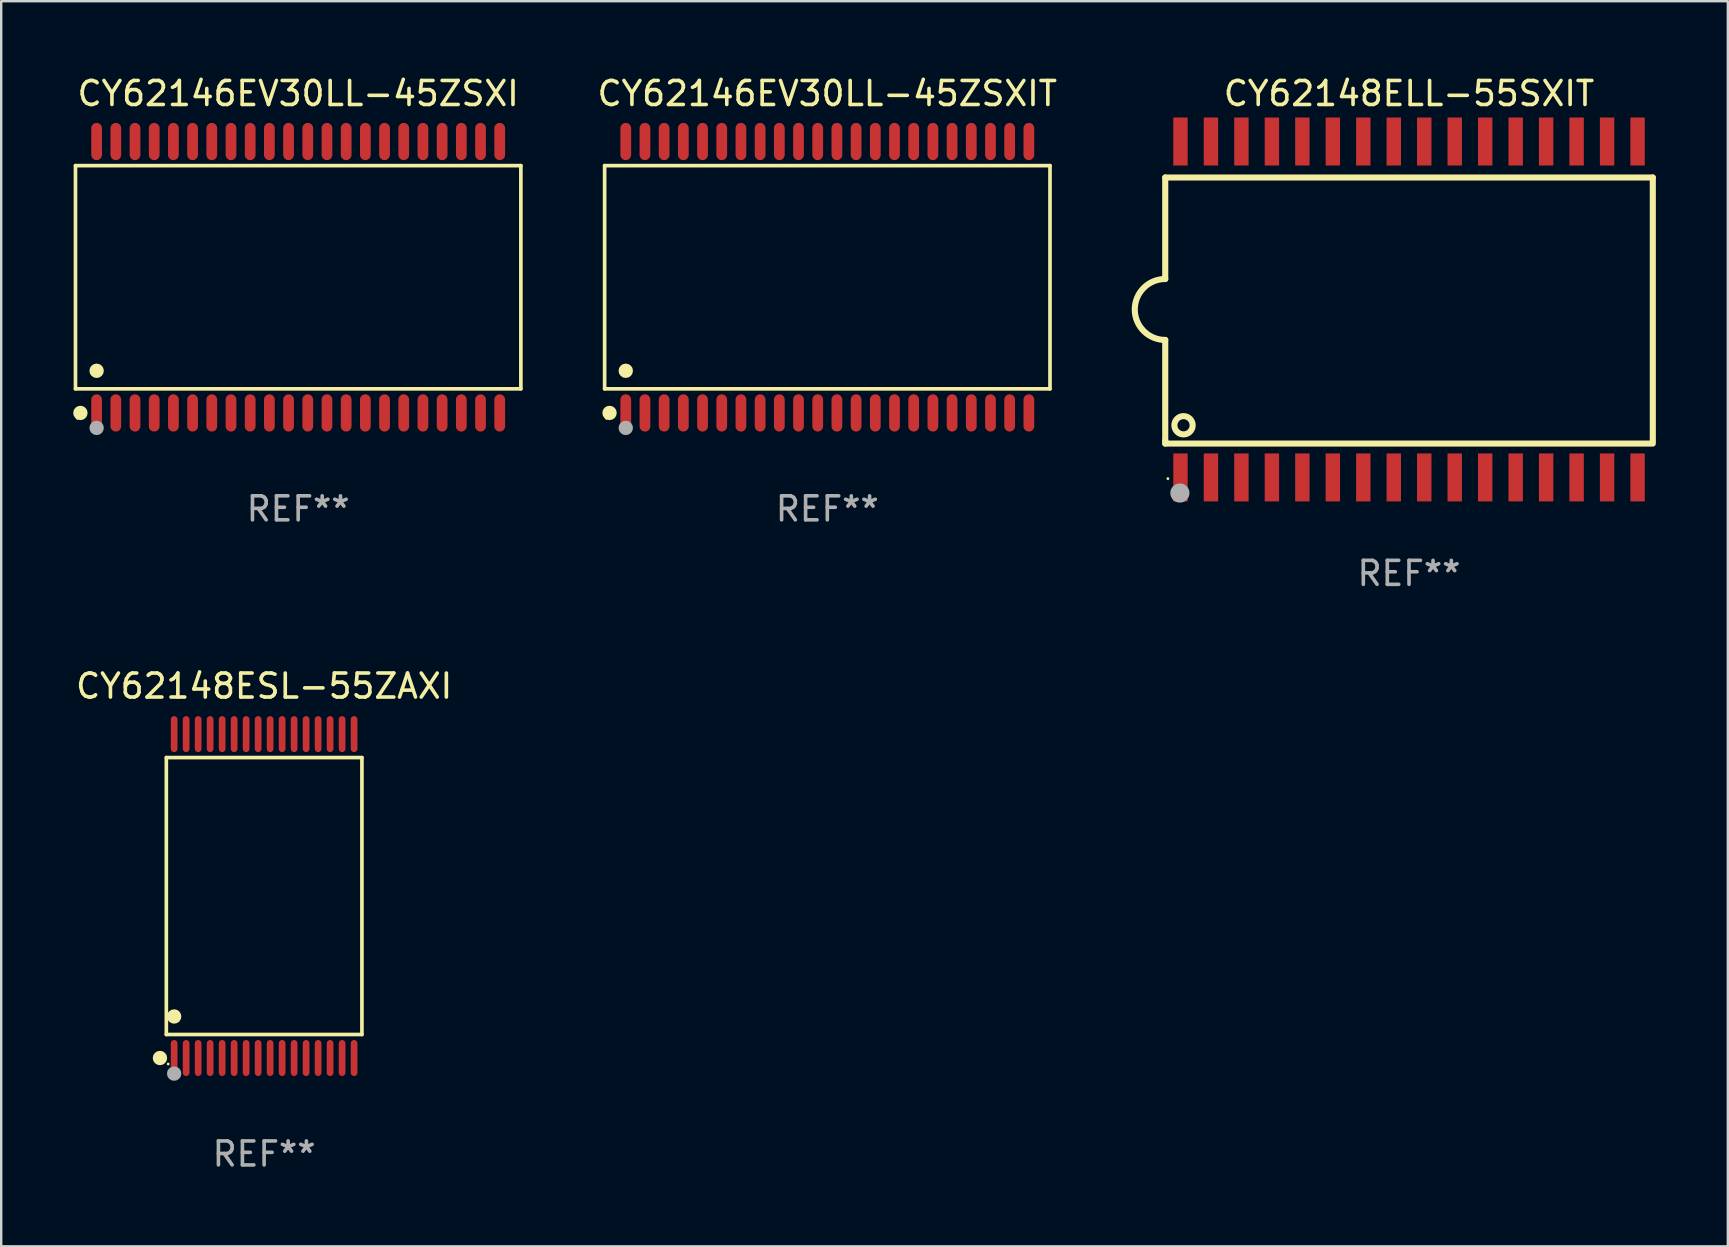
<source format=kicad_pcb>
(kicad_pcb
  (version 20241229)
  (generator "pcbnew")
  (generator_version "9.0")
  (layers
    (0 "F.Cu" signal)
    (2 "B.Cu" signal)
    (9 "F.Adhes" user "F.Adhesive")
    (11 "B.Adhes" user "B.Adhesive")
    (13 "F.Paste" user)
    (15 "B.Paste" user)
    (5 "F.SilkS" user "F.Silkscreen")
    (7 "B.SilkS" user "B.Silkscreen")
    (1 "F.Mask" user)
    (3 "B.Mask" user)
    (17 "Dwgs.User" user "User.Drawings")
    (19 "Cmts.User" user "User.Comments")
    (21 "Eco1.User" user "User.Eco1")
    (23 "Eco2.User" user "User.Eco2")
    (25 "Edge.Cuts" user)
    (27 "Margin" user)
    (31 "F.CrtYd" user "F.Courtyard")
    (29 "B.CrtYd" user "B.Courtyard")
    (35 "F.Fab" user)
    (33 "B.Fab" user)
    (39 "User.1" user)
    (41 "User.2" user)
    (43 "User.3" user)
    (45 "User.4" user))
  (footprint "CY62146EV30LL-45ZSXI"
    (layer "F.Cu")
    (at 9.377 8.504)
    (property "Reference" "CY62146EV30LL-45ZSXI" (at 0 -7.656 0) (layer "F.SilkS") (effects (font (size 1 1) (thickness 0.15))))
    (attr through_hole)
    (fp_line (start -9.281 -4.651) (end 9.281 -4.651) (stroke (width 0.152) (type solid)) (layer "F.SilkS"))
    (fp_line (start -9.281 4.651) (end -9.281 -4.651) (stroke (width 0.152) (type solid)) (layer "F.SilkS"))
    (fp_line (start 9.281 -4.651) (end 9.281 4.651) (stroke (width 0.152) (type solid)) (layer "F.SilkS"))
    (fp_line (start 9.281 4.651) (end -9.281 4.651) (stroke (width 0.152) (type solid)) (layer "F.SilkS"))
    (fp_circle (center -9.205 5.88) (end -9.175 5.88) (stroke (width 0.06) (type solid)) (fill no) (layer "F.SilkS"))
    (fp_circle (center -9.076 5.656) (end -8.926 5.656) (stroke (width 0.3) (type solid)) (fill no) (layer "F.SilkS"))
    (fp_circle (center -8.4 3.899) (end -8.25 3.899) (stroke (width 0.3) (type solid)) (fill no) (layer "F.SilkS"))
    (fp_circle (center -8.4 6.28) (end -8.25 6.28) (stroke (width 0.3) (type solid)) (fill no) (layer "F.Fab"))
    (fp_text user "REF**" (at 0 9.656 0) (layer "F.Fab") (effects (font (size 1 1) (thickness 0.15))))
    (pad "1" smd oval (at -8.4 5.656) (size 0.448 1.551) (layers "F.Cu" "F.Mask" "F.Paste"))
    (pad "2" smd oval (at -7.6 5.656) (size 0.448 1.551) (layers "F.Cu" "F.Mask" "F.Paste"))
    (pad "3" smd oval (at -6.8 5.656) (size 0.448 1.551) (layers "F.Cu" "F.Mask" "F.Paste"))
    (pad "4" smd oval (at -6 5.656) (size 0.448 1.551) (layers "F.Cu" "F.Mask" "F.Paste"))
    (pad "5" smd oval (at -5.2 5.656) (size 0.448 1.551) (layers "F.Cu" "F.Mask" "F.Paste"))
    (pad "6" smd oval (at -4.4 5.656) (size 0.448 1.551) (layers "F.Cu" "F.Mask" "F.Paste"))
    (pad "7" smd oval (at -3.6 5.656) (size 0.448 1.551) (layers "F.Cu" "F.Mask" "F.Paste"))
    (pad "8" smd oval (at -2.8 5.656) (size 0.448 1.551) (layers "F.Cu" "F.Mask" "F.Paste"))
    (pad "9" smd oval (at -2 5.656) (size 0.448 1.551) (layers "F.Cu" "F.Mask" "F.Paste"))
    (pad "10" smd oval (at -1.2 5.656) (size 0.448 1.551) (layers "F.Cu" "F.Mask" "F.Paste"))
    (pad "11" smd oval (at -0.4 5.656) (size 0.448 1.551) (layers "F.Cu" "F.Mask" "F.Paste"))
    (pad "12" smd oval (at 0.4 5.656) (size 0.448 1.551) (layers "F.Cu" "F.Mask" "F.Paste"))
    (pad "13" smd oval (at 1.2 5.656) (size 0.448 1.551) (layers "F.Cu" "F.Mask" "F.Paste"))
    (pad "14" smd oval (at 2 5.656) (size 0.448 1.551) (layers "F.Cu" "F.Mask" "F.Paste"))
    (pad "15" smd oval (at 2.8 5.656) (size 0.448 1.551) (layers "F.Cu" "F.Mask" "F.Paste"))
    (pad "16" smd oval (at 3.6 5.656) (size 0.448 1.551) (layers "F.Cu" "F.Mask" "F.Paste"))
    (pad "17" smd oval (at 4.4 5.656) (size 0.448 1.551) (layers "F.Cu" "F.Mask" "F.Paste"))
    (pad "18" smd oval (at 5.2 5.656) (size 0.448 1.551) (layers "F.Cu" "F.Mask" "F.Paste"))
    (pad "19" smd oval (at 6 5.656) (size 0.448 1.551) (layers "F.Cu" "F.Mask" "F.Paste"))
    (pad "20" smd oval (at 6.8 5.656) (size 0.448 1.551) (layers "F.Cu" "F.Mask" "F.Paste"))
    (pad "21" smd oval (at 7.6 5.656) (size 0.448 1.551) (layers "F.Cu" "F.Mask" "F.Paste"))
    (pad "22" smd oval (at 8.4 5.656) (size 0.448 1.551) (layers "F.Cu" "F.Mask" "F.Paste"))
    (pad "23" smd oval (at 8.4 -5.656) (size 0.448 1.551) (layers "F.Cu" "F.Mask" "F.Paste"))
    (pad "24" smd oval (at 7.6 -5.656) (size 0.448 1.551) (layers "F.Cu" "F.Mask" "F.Paste"))
    (pad "25" smd oval (at 6.8 -5.656) (size 0.448 1.551) (layers "F.Cu" "F.Mask" "F.Paste"))
    (pad "26" smd oval (at 6 -5.656) (size 0.448 1.551) (layers "F.Cu" "F.Mask" "F.Paste"))
    (pad "27" smd oval (at 5.2 -5.656) (size 0.448 1.551) (layers "F.Cu" "F.Mask" "F.Paste"))
    (pad "28" smd oval (at 4.4 -5.656) (size 0.448 1.551) (layers "F.Cu" "F.Mask" "F.Paste"))
    (pad "29" smd oval (at 3.6 -5.656) (size 0.448 1.551) (layers "F.Cu" "F.Mask" "F.Paste"))
    (pad "30" smd oval (at 2.8 -5.656) (size 0.448 1.551) (layers "F.Cu" "F.Mask" "F.Paste"))
    (pad "31" smd oval (at 2 -5.656) (size 0.448 1.551) (layers "F.Cu" "F.Mask" "F.Paste"))
    (pad "32" smd oval (at 1.2 -5.656) (size 0.448 1.551) (layers "F.Cu" "F.Mask" "F.Paste"))
    (pad "33" smd oval (at 0.4 -5.656) (size 0.448 1.551) (layers "F.Cu" "F.Mask" "F.Paste"))
    (pad "34" smd oval (at -0.4 -5.656) (size 0.448 1.551) (layers "F.Cu" "F.Mask" "F.Paste"))
    (pad "35" smd oval (at -1.2 -5.656) (size 0.448 1.551) (layers "F.Cu" "F.Mask" "F.Paste"))
    (pad "36" smd oval (at -2 -5.656) (size 0.448 1.551) (layers "F.Cu" "F.Mask" "F.Paste"))
    (pad "37" smd oval (at -2.8 -5.656) (size 0.448 1.551) (layers "F.Cu" "F.Mask" "F.Paste"))
    (pad "38" smd oval (at -3.6 -5.656) (size 0.448 1.551) (layers "F.Cu" "F.Mask" "F.Paste"))
    (pad "39" smd oval (at -4.4 -5.656) (size 0.448 1.551) (layers "F.Cu" "F.Mask" "F.Paste"))
    (pad "40" smd oval (at -5.2 -5.656) (size 0.448 1.551) (layers "F.Cu" "F.Mask" "F.Paste"))
    (pad "41" smd oval (at -6 -5.656) (size 0.448 1.551) (layers "F.Cu" "F.Mask" "F.Paste"))
    (pad "42" smd oval (at -6.8 -5.656) (size 0.448 1.551) (layers "F.Cu" "F.Mask" "F.Paste"))
    (pad "43" smd oval (at -7.6 -5.656) (size 0.448 1.551) (layers "F.Cu" "F.Mask" "F.Paste"))
    (pad "44" smd oval (at -8.4 -5.656) (size 0.448 1.551) (layers "F.Cu" "F.Mask" "F.Paste")))
  (footprint "CY62148ELL-55SXIT"
    (layer "F.Cu")
    (at 55.674 9.848)
    (property "Reference" "CY62148ELL-55SXIT" (at 0 -9 0) (layer "F.SilkS") (effects (font (size 1 1) (thickness 0.15))))
    (attr through_hole)
    (fp_line (start -10.16 -5.5) (end -10.16 -1.27) (stroke (width 0.254) (type solid)) (layer "F.SilkS"))
    (fp_line (start -10.16 1.27) (end -10.16 5.461) (stroke (width 0.254) (type solid)) (layer "F.SilkS"))
    (fp_line (start -10.16 5.461) (end -10.16 5.588) (stroke (width 0.254) (type solid)) (layer "F.SilkS"))
    (fp_line (start -10.16 5.588) (end 10.16 5.588) (stroke (width 0.254) (type solid)) (layer "F.SilkS"))
    (fp_line (start 10.16 -5.5) (end -10.16 -5.5) (stroke (width 0.254) (type solid)) (layer "F.SilkS"))
    (fp_line (start 10.16 -5.5) (end 10.16 5.5) (stroke (width 0.254) (type solid)) (layer "F.SilkS"))
    (fp_arc (start -10.16002 1.270003) (mid -11.42003 0) (end -10.16002 -1.270003) (stroke (width 0.254001) (type solid)) (layer "F.SilkS"))
    (fp_circle (center -10.05 7.05) (end -10.02 7.05) (stroke (width 0.06) (type solid)) (fill no) (layer "F.SilkS"))
    (fp_circle (center -9.398 4.826) (end -9.017 4.826) (stroke (width 0.254) (type solid)) (fill no) (layer "F.SilkS"))
    (fp_circle (center -9.55 7.65) (end -9.35 7.65) (stroke (width 0.4) (type solid)) (fill no) (layer "F.Fab"))
    (fp_text user "REF**" (at 0 11 0) (layer "F.Fab") (effects (font (size 1 1) (thickness 0.15))))
    (pad "1" smd rect (at -9.525 7) (size 0.6 2) (layers "F.Cu" "F.Mask" "F.Paste"))
    (pad "2" smd rect (at -8.255 7) (size 0.6 2) (layers "F.Cu" "F.Mask" "F.Paste"))
    (pad "3" smd rect (at -6.985 7) (size 0.6 2) (layers "F.Cu" "F.Mask" "F.Paste"))
    (pad "4" smd rect (at -5.715 7) (size 0.6 2) (layers "F.Cu" "F.Mask" "F.Paste"))
    (pad "5" smd rect (at -4.445 7) (size 0.6 2) (layers "F.Cu" "F.Mask" "F.Paste"))
    (pad "6" smd rect (at -3.175 7) (size 0.6 2) (layers "F.Cu" "F.Mask" "F.Paste"))
    (pad "7" smd rect (at -1.905 7) (size 0.6 2) (layers "F.Cu" "F.Mask" "F.Paste"))
    (pad "8" smd rect (at -0.635 7) (size 0.6 2) (layers "F.Cu" "F.Mask" "F.Paste"))
    (pad "9" smd rect (at 0.635 7) (size 0.6 2) (layers "F.Cu" "F.Mask" "F.Paste"))
    (pad "10" smd rect (at 1.905 7) (size 0.6 2) (layers "F.Cu" "F.Mask" "F.Paste"))
    (pad "11" smd rect (at 3.175 7) (size 0.6 2) (layers "F.Cu" "F.Mask" "F.Paste"))
    (pad "12" smd rect (at 4.445 7) (size 0.6 2) (layers "F.Cu" "F.Mask" "F.Paste"))
    (pad "13" smd rect (at 5.715 7) (size 0.6 2) (layers "F.Cu" "F.Mask" "F.Paste"))
    (pad "14" smd rect (at 6.985 7) (size 0.6 2) (layers "F.Cu" "F.Mask" "F.Paste"))
    (pad "15" smd rect (at 8.255 7) (size 0.6 2) (layers "F.Cu" "F.Mask" "F.Paste"))
    (pad "16" smd rect (at 9.525 7) (size 0.6 2) (layers "F.Cu" "F.Mask" "F.Paste"))
    (pad "17" smd rect (at 9.525 -7) (size 0.6 2) (layers "F.Cu" "F.Mask" "F.Paste"))
    (pad "18" smd rect (at 8.255 -7) (size 0.6 2) (layers "F.Cu" "F.Mask" "F.Paste"))
    (pad "19" smd rect (at 6.985 -7) (size 0.6 2) (layers "F.Cu" "F.Mask" "F.Paste"))
    (pad "20" smd rect (at 5.715 -7) (size 0.6 2) (layers "F.Cu" "F.Mask" "F.Paste"))
    (pad "21" smd rect (at 4.445 -7) (size 0.6 2) (layers "F.Cu" "F.Mask" "F.Paste"))
    (pad "22" smd rect (at 3.175 -7) (size 0.6 2) (layers "F.Cu" "F.Mask" "F.Paste"))
    (pad "23" smd rect (at 1.905 -7) (size 0.6 2) (layers "F.Cu" "F.Mask" "F.Paste"))
    (pad "24" smd rect (at 0.635 -7) (size 0.6 2) (layers "F.Cu" "F.Mask" "F.Paste"))
    (pad "25" smd rect (at -0.635 -7) (size 0.6 2) (layers "F.Cu" "F.Mask" "F.Paste"))
    (pad "26" smd rect (at -1.905 -7) (size 0.6 2) (layers "F.Cu" "F.Mask" "F.Paste"))
    (pad "27" smd rect (at -3.175 -7) (size 0.6 2) (layers "F.Cu" "F.Mask" "F.Paste"))
    (pad "28" smd rect (at -4.445 -7) (size 0.6 2) (layers "F.Cu" "F.Mask" "F.Paste"))
    (pad "29" smd rect (at -5.715 -7) (size 0.6 2) (layers "F.Cu" "F.Mask" "F.Paste"))
    (pad "30" smd rect (at -6.985 -7) (size 0.6 2) (layers "F.Cu" "F.Mask" "F.Paste"))
    (pad "31" smd rect (at -8.255 -7) (size 0.6 2) (layers "F.Cu" "F.Mask" "F.Paste"))
    (pad "32" smd rect (at -9.525 -7) (size 0.6 2) (layers "F.Cu" "F.Mask" "F.Paste")))
  (footprint "CY62146EV30LL-45ZSXIT"
    (layer "F.Cu")
    (at 31.43 8.504)
    (property "Reference" "CY62146EV30LL-45ZSXIT" (at 0 -7.656 0) (layer "F.SilkS") (effects (font (size 1 1) (thickness 0.15))))
    (attr through_hole)
    (fp_line (start -9.281 -4.651) (end 9.281 -4.651) (stroke (width 0.152) (type solid)) (layer "F.SilkS"))
    (fp_line (start -9.281 4.651) (end -9.281 -4.651) (stroke (width 0.152) (type solid)) (layer "F.SilkS"))
    (fp_line (start 9.281 -4.651) (end 9.281 4.651) (stroke (width 0.152) (type solid)) (layer "F.SilkS"))
    (fp_line (start 9.281 4.651) (end -9.281 4.651) (stroke (width 0.152) (type solid)) (layer "F.SilkS"))
    (fp_circle (center -9.205 5.88) (end -9.175 5.88) (stroke (width 0.06) (type solid)) (fill no) (layer "F.SilkS"))
    (fp_circle (center -9.076 5.656) (end -8.926 5.656) (stroke (width 0.3) (type solid)) (fill no) (layer "F.SilkS"))
    (fp_circle (center -8.4 3.899) (end -8.25 3.899) (stroke (width 0.3) (type solid)) (fill no) (layer "F.SilkS"))
    (fp_circle (center -8.4 6.28) (end -8.25 6.28) (stroke (width 0.3) (type solid)) (fill no) (layer "F.Fab"))
    (fp_text user "REF**" (at 0 9.656 0) (layer "F.Fab") (effects (font (size 1 1) (thickness 0.15))))
    (pad "1" smd oval (at -8.4 5.656) (size 0.448 1.551) (layers "F.Cu" "F.Mask" "F.Paste"))
    (pad "2" smd oval (at -7.6 5.656) (size 0.448 1.551) (layers "F.Cu" "F.Mask" "F.Paste"))
    (pad "3" smd oval (at -6.8 5.656) (size 0.448 1.551) (layers "F.Cu" "F.Mask" "F.Paste"))
    (pad "4" smd oval (at -6 5.656) (size 0.448 1.551) (layers "F.Cu" "F.Mask" "F.Paste"))
    (pad "5" smd oval (at -5.2 5.656) (size 0.448 1.551) (layers "F.Cu" "F.Mask" "F.Paste"))
    (pad "6" smd oval (at -4.4 5.656) (size 0.448 1.551) (layers "F.Cu" "F.Mask" "F.Paste"))
    (pad "7" smd oval (at -3.6 5.656) (size 0.448 1.551) (layers "F.Cu" "F.Mask" "F.Paste"))
    (pad "8" smd oval (at -2.8 5.656) (size 0.448 1.551) (layers "F.Cu" "F.Mask" "F.Paste"))
    (pad "9" smd oval (at -2 5.656) (size 0.448 1.551) (layers "F.Cu" "F.Mask" "F.Paste"))
    (pad "10" smd oval (at -1.2 5.656) (size 0.448 1.551) (layers "F.Cu" "F.Mask" "F.Paste"))
    (pad "11" smd oval (at -0.4 5.656) (size 0.448 1.551) (layers "F.Cu" "F.Mask" "F.Paste"))
    (pad "12" smd oval (at 0.4 5.656) (size 0.448 1.551) (layers "F.Cu" "F.Mask" "F.Paste"))
    (pad "13" smd oval (at 1.2 5.656) (size 0.448 1.551) (layers "F.Cu" "F.Mask" "F.Paste"))
    (pad "14" smd oval (at 2 5.656) (size 0.448 1.551) (layers "F.Cu" "F.Mask" "F.Paste"))
    (pad "15" smd oval (at 2.8 5.656) (size 0.448 1.551) (layers "F.Cu" "F.Mask" "F.Paste"))
    (pad "16" smd oval (at 3.6 5.656) (size 0.448 1.551) (layers "F.Cu" "F.Mask" "F.Paste"))
    (pad "17" smd oval (at 4.4 5.656) (size 0.448 1.551) (layers "F.Cu" "F.Mask" "F.Paste"))
    (pad "18" smd oval (at 5.2 5.656) (size 0.448 1.551) (layers "F.Cu" "F.Mask" "F.Paste"))
    (pad "19" smd oval (at 6 5.656) (size 0.448 1.551) (layers "F.Cu" "F.Mask" "F.Paste"))
    (pad "20" smd oval (at 6.8 5.656) (size 0.448 1.551) (layers "F.Cu" "F.Mask" "F.Paste"))
    (pad "21" smd oval (at 7.6 5.656) (size 0.448 1.551) (layers "F.Cu" "F.Mask" "F.Paste"))
    (pad "22" smd oval (at 8.4 5.656) (size 0.448 1.551) (layers "F.Cu" "F.Mask" "F.Paste"))
    (pad "23" smd oval (at 8.4 -5.656) (size 0.448 1.551) (layers "F.Cu" "F.Mask" "F.Paste"))
    (pad "24" smd oval (at 7.6 -5.656) (size 0.448 1.551) (layers "F.Cu" "F.Mask" "F.Paste"))
    (pad "25" smd oval (at 6.8 -5.656) (size 0.448 1.551) (layers "F.Cu" "F.Mask" "F.Paste"))
    (pad "26" smd oval (at 6 -5.656) (size 0.448 1.551) (layers "F.Cu" "F.Mask" "F.Paste"))
    (pad "27" smd oval (at 5.2 -5.656) (size 0.448 1.551) (layers "F.Cu" "F.Mask" "F.Paste"))
    (pad "28" smd oval (at 4.4 -5.656) (size 0.448 1.551) (layers "F.Cu" "F.Mask" "F.Paste"))
    (pad "29" smd oval (at 3.6 -5.656) (size 0.448 1.551) (layers "F.Cu" "F.Mask" "F.Paste"))
    (pad "30" smd oval (at 2.8 -5.656) (size 0.448 1.551) (layers "F.Cu" "F.Mask" "F.Paste"))
    (pad "31" smd oval (at 2 -5.656) (size 0.448 1.551) (layers "F.Cu" "F.Mask" "F.Paste"))
    (pad "32" smd oval (at 1.2 -5.656) (size 0.448 1.551) (layers "F.Cu" "F.Mask" "F.Paste"))
    (pad "33" smd oval (at 0.4 -5.656) (size 0.448 1.551) (layers "F.Cu" "F.Mask" "F.Paste"))
    (pad "34" smd oval (at -0.4 -5.656) (size 0.448 1.551) (layers "F.Cu" "F.Mask" "F.Paste"))
    (pad "35" smd oval (at -1.2 -5.656) (size 0.448 1.551) (layers "F.Cu" "F.Mask" "F.Paste"))
    (pad "36" smd oval (at -2 -5.656) (size 0.448 1.551) (layers "F.Cu" "F.Mask" "F.Paste"))
    (pad "37" smd oval (at -2.8 -5.656) (size 0.448 1.551) (layers "F.Cu" "F.Mask" "F.Paste"))
    (pad "38" smd oval (at -3.6 -5.656) (size 0.448 1.551) (layers "F.Cu" "F.Mask" "F.Paste"))
    (pad "39" smd oval (at -4.4 -5.656) (size 0.448 1.551) (layers "F.Cu" "F.Mask" "F.Paste"))
    (pad "40" smd oval (at -5.2 -5.656) (size 0.448 1.551) (layers "F.Cu" "F.Mask" "F.Paste"))
    (pad "41" smd oval (at -6 -5.656) (size 0.448 1.551) (layers "F.Cu" "F.Mask" "F.Paste"))
    (pad "42" smd oval (at -6.8 -5.656) (size 0.448 1.551) (layers "F.Cu" "F.Mask" "F.Paste"))
    (pad "43" smd oval (at -7.6 -5.656) (size 0.448 1.551) (layers "F.Cu" "F.Mask" "F.Paste"))
    (pad "44" smd oval (at -8.4 -5.656) (size 0.448 1.551) (layers "F.Cu" "F.Mask" "F.Paste")))
  (footprint "CY62148ESL-55ZAXI"
    (layer "F.Cu")
    (at 7.958 34.295)
    (property "Reference" "CY62148ESL-55ZAXI" (at 0 -8.75 0) (layer "F.SilkS") (effects (font (size 1 1) (thickness 0.15))))
    (attr through_hole)
    (fp_line (start -4.076 -5.771) (end 4.076 -5.771) (stroke (width 0.152) (type solid)) (layer "F.SilkS"))
    (fp_line (start -4.076 5.771) (end -4.076 -5.771) (stroke (width 0.152) (type solid)) (layer "F.SilkS"))
    (fp_line (start 4.076 -5.771) (end 4.076 5.771) (stroke (width 0.152) (type solid)) (layer "F.SilkS"))
    (fp_line (start 4.076 5.771) (end -4.076 5.771) (stroke (width 0.152) (type solid)) (layer "F.SilkS"))
    (fp_circle (center -4.342 6.75) (end -4.192 6.75) (stroke (width 0.3) (type solid)) (fill no) (layer "F.SilkS"))
    (fp_circle (center -4 7) (end -3.97 7) (stroke (width 0.06) (type solid)) (fill no) (layer "F.SilkS"))
    (fp_circle (center -3.75 5.019) (end -3.6 5.019) (stroke (width 0.3) (type solid)) (fill no) (layer "F.SilkS"))
    (fp_circle (center -3.75 7.4) (end -3.6 7.4) (stroke (width 0.3) (type solid)) (fill no) (layer "F.Fab"))
    (fp_text user "REF**" (at 0 10.75 0) (layer "F.Fab") (effects (font (size 1 1) (thickness 0.15))))
    (pad "1" smd oval (at -3.75 6.75) (size 0.28 1.5) (layers "F.Cu" "F.Mask" "F.Paste"))
    (pad "2" smd oval (at -3.25 6.75) (size 0.28 1.5) (layers "F.Cu" "F.Mask" "F.Paste"))
    (pad "3" smd oval (at -2.75 6.75) (size 0.28 1.5) (layers "F.Cu" "F.Mask" "F.Paste"))
    (pad "4" smd oval (at -2.25 6.75) (size 0.28 1.5) (layers "F.Cu" "F.Mask" "F.Paste"))
    (pad "5" smd oval (at -1.75 6.75) (size 0.28 1.5) (layers "F.Cu" "F.Mask" "F.Paste"))
    (pad "6" smd oval (at -1.25 6.75) (size 0.28 1.5) (layers "F.Cu" "F.Mask" "F.Paste"))
    (pad "7" smd oval (at -0.75 6.75) (size 0.28 1.5) (layers "F.Cu" "F.Mask" "F.Paste"))
    (pad "8" smd oval (at -0.25 6.75) (size 0.28 1.5) (layers "F.Cu" "F.Mask" "F.Paste"))
    (pad "9" smd oval (at 0.25 6.75) (size 0.28 1.5) (layers "F.Cu" "F.Mask" "F.Paste"))
    (pad "10" smd oval (at 0.75 6.75) (size 0.28 1.5) (layers "F.Cu" "F.Mask" "F.Paste"))
    (pad "11" smd oval (at 1.25 6.75) (size 0.28 1.5) (layers "F.Cu" "F.Mask" "F.Paste"))
    (pad "12" smd oval (at 1.75 6.75) (size 0.28 1.5) (layers "F.Cu" "F.Mask" "F.Paste"))
    (pad "13" smd oval (at 2.25 6.75) (size 0.28 1.5) (layers "F.Cu" "F.Mask" "F.Paste"))
    (pad "14" smd oval (at 2.75 6.75) (size 0.28 1.5) (layers "F.Cu" "F.Mask" "F.Paste"))
    (pad "15" smd oval (at 3.25 6.75) (size 0.28 1.5) (layers "F.Cu" "F.Mask" "F.Paste"))
    (pad "16" smd oval (at 3.75 6.75) (size 0.28 1.5) (layers "F.Cu" "F.Mask" "F.Paste"))
    (pad "17" smd oval (at 3.75 -6.75) (size 0.28 1.5) (layers "F.Cu" "F.Mask" "F.Paste"))
    (pad "18" smd oval (at 3.25 -6.75) (size 0.28 1.5) (layers "F.Cu" "F.Mask" "F.Paste"))
    (pad "19" smd oval (at 2.75 -6.75) (size 0.28 1.5) (layers "F.Cu" "F.Mask" "F.Paste"))
    (pad "20" smd oval (at 2.25 -6.75) (size 0.28 1.5) (layers "F.Cu" "F.Mask" "F.Paste"))
    (pad "21" smd oval (at 1.75 -6.75) (size 0.28 1.5) (layers "F.Cu" "F.Mask" "F.Paste"))
    (pad "22" smd oval (at 1.25 -6.75) (size 0.28 1.5) (layers "F.Cu" "F.Mask" "F.Paste"))
    (pad "23" smd oval (at 0.75 -6.75) (size 0.28 1.5) (layers "F.Cu" "F.Mask" "F.Paste"))
    (pad "24" smd oval (at 0.25 -6.75) (size 0.28 1.5) (layers "F.Cu" "F.Mask" "F.Paste"))
    (pad "25" smd oval (at -0.25 -6.75) (size 0.28 1.5) (layers "F.Cu" "F.Mask" "F.Paste"))
    (pad "26" smd oval (at -0.75 -6.75) (size 0.28 1.5) (layers "F.Cu" "F.Mask" "F.Paste"))
    (pad "27" smd oval (at -1.25 -6.75) (size 0.28 1.5) (layers "F.Cu" "F.Mask" "F.Paste"))
    (pad "28" smd oval (at -1.75 -6.75) (size 0.28 1.5) (layers "F.Cu" "F.Mask" "F.Paste"))
    (pad "29" smd oval (at -2.25 -6.75) (size 0.28 1.5) (layers "F.Cu" "F.Mask" "F.Paste"))
    (pad "30" smd oval (at -2.75 -6.75) (size 0.28 1.5) (layers "F.Cu" "F.Mask" "F.Paste"))
    (pad "31" smd oval (at -3.25 -6.75) (size 0.28 1.5) (layers "F.Cu" "F.Mask" "F.Paste"))
    (pad "32" smd oval (at -3.75 -6.75) (size 0.28 1.5) (layers "F.Cu" "F.Mask" "F.Paste")))
  (gr_rect
    (start -3 -3)
    (end 68.961 48.893)
    (stroke (width 0.1) (type default))
    (fill no)
    (layer "Edge.Cuts")))
</source>
